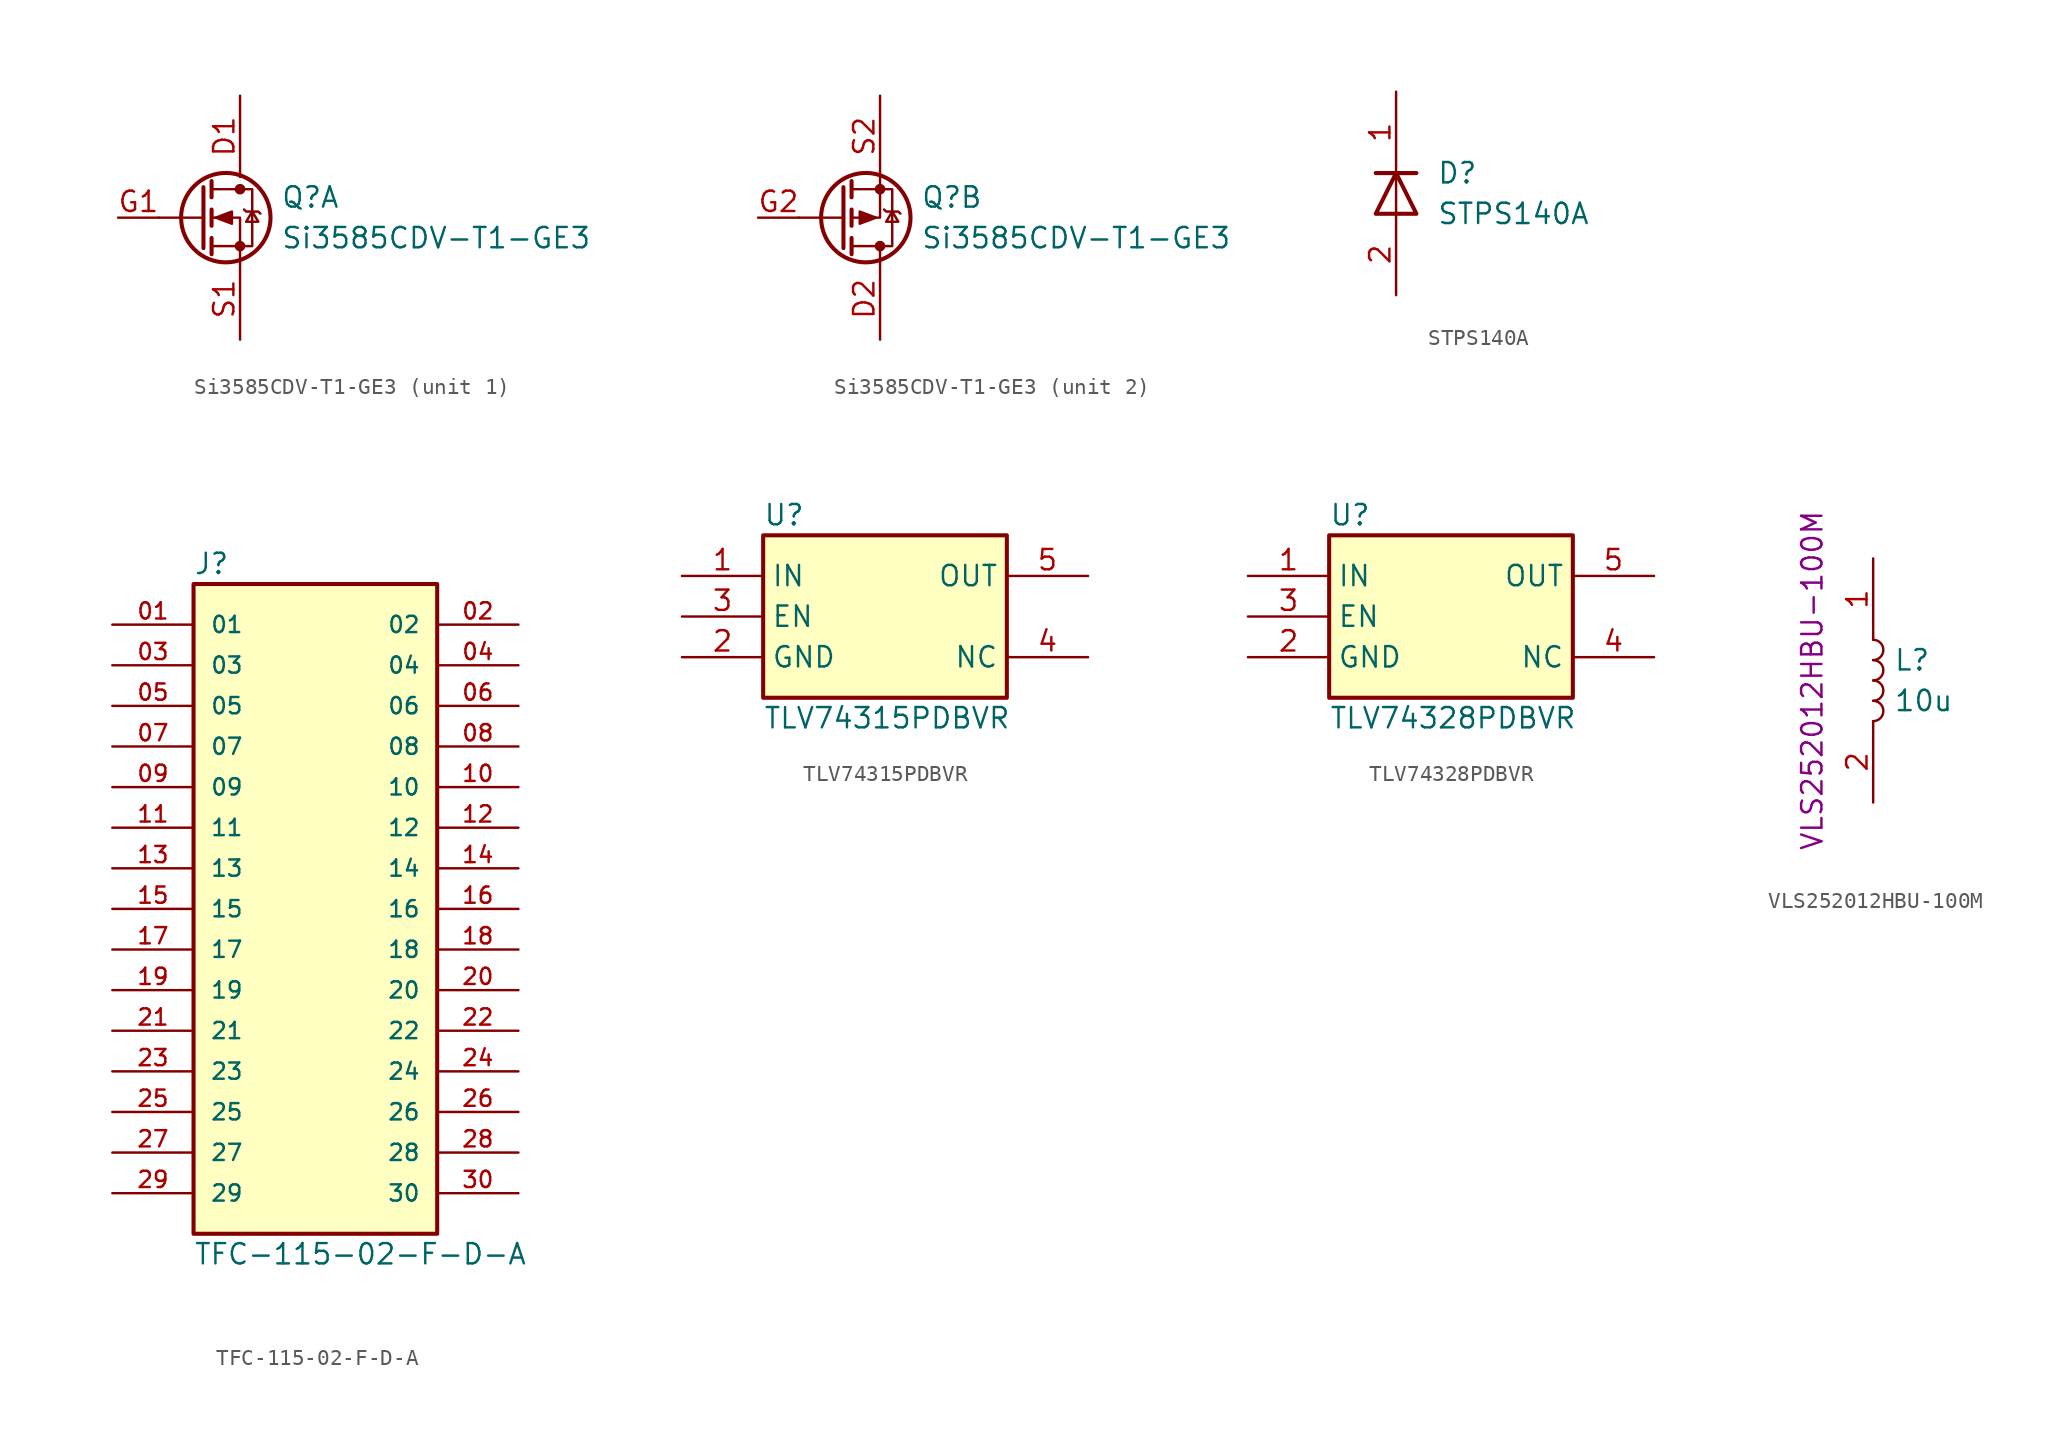
<source format=kicad_sym>
(kicad_symbol_lib
  (version 20231120)
  (generator "kicad_symbol_editor")
  (generator_version "8.0")
  (symbol "Si3585CDV-T1-GE3"
    (property "Reference" "Q"
      (at 3.81 1.27 0)
      (do_not_autoplace)
      (effects (font (size 1.27 1.27)) (justify left)))
    (property "Value" "Si3585CDV-T1-GE3"
      (at 3.81 -1.27 0)
      (do_not_autoplace)
      (effects (font (size 1.27 1.27)) (justify left)))
    (property "ki_locked" ""
      (at 0 0 0)
      (effects (font (size 1.27 1.27))))
    (symbol "Si3585CDV-T1-GE3_1_1"
      (polyline (pts (xy -3.81 0) (xy -1.016 0)) (stroke (width 0) (type default)) (fill (type none)))
      (polyline (pts (xy -1.016 1.905) (xy -1.016 -1.905)) (stroke (width 0.254) (type default)) (fill (type none)))
      (polyline (pts (xy -0.508 -1.27) (xy -0.508 -2.286)) (stroke (width 0.254) (type default)) (fill (type none)))
      (polyline (pts (xy -0.508 0.508) (xy -0.508 -0.508)) (stroke (width 0.254) (type default)) (fill (type none)))
      (polyline (pts (xy -0.508 2.286) (xy -0.508 1.27)) (stroke (width 0.254) (type default)) (fill (type none)))
      (polyline (pts (xy 1.27 -2.54) (xy 1.27 0) (xy -0.508 0)) (stroke (width 0) (type default)) (fill (type none)))
      (polyline (pts (xy -0.508 -1.778) (xy 2.032 -1.778) (xy 2.032 1.778) (xy -0.508 1.778)) (stroke (width 0) (type default)) (fill (type none)))
      (polyline (pts (xy -0.254 0) (xy 0.762 0.381) (xy 0.762 -0.381) (xy -0.254 0)) (stroke (width 0) (type default)) (fill (type outline)))
      (polyline (pts (xy 1.524 0.508) (xy 1.651 0.381) (xy 2.413 0.381) (xy 2.54 0.254)) (stroke (width 0) (type default)) (fill (type none)))
      (polyline (pts (xy 2.032 0.381) (xy 1.651 -0.254) (xy 2.413 -0.254) (xy 2.032 0.381)) (stroke (width 0) (type default)) (fill (type none)))
      (circle (center 0.381 0) (radius 2.794) (stroke (width 0.254) (type default)) (fill (type none)))
      (circle (center 1.27 -1.778) (radius 0.254) (stroke (width 0) (type default)) (fill (type outline)))
      (circle (center 1.27 1.778) (radius 0.254) (stroke (width 0) (type default)) (fill (type outline)))
      (pin unspecified line (at 1.27 7.62 270) (length 5.08) (name "~" (effects (font (size 1.27 1.27)))) (number "D1" (effects (font (size 1.27 1.27)))))
      (pin unspecified line (at -6.35 0 0) (length 2.54) (name "~" (effects (font (size 1.27 1.27)))) (number "G1" (effects (font (size 1.27 1.27)))))
      (pin unspecified line (at 1.27 -7.62 90) (length 5.08) (name "~" (effects (font (size 1.27 1.27)))) (number "S1" (effects (font (size 1.27 1.27))))))
    (symbol "Si3585CDV-T1-GE3_2_1"
      (polyline (pts (xy -1.016 -1.905) (xy -1.016 1.905)) (stroke (width 0.254) (type default)) (fill (type none)))
      (polyline (pts (xy -1.016 0) (xy -3.81 0)) (stroke (width 0) (type default)) (fill (type none)))
      (polyline (pts (xy -0.508 -2.286) (xy -0.508 -1.27)) (stroke (width 0.254) (type default)) (fill (type none)))
      (polyline (pts (xy -0.508 -0.508) (xy -0.508 0.508)) (stroke (width 0.254) (type default)) (fill (type none)))
      (polyline (pts (xy -0.508 1.27) (xy -0.508 2.286)) (stroke (width 0.254) (type default)) (fill (type none)))
      (polyline (pts (xy 1.27 -2.54) (xy 1.27 -1.778)) (stroke (width 0) (type default)) (fill (type none)))
      (polyline (pts (xy 1.27 2.54) (xy 1.27 0) (xy -0.508 0)) (stroke (width 0) (type default)) (fill (type none)))
      (polyline (pts (xy -0.508 -1.778) (xy 2.032 -1.778) (xy 2.032 1.778) (xy -0.508 1.778)) (stroke (width 0) (type default)) (fill (type none)))
      (polyline (pts (xy 1.016 0) (xy 0 -0.381) (xy 0 0.381) (xy 1.016 0)) (stroke (width 0) (type default)) (fill (type outline)))
      (polyline (pts (xy 1.524 0.508) (xy 1.651 0.381) (xy 2.413 0.381) (xy 2.54 0.254)) (stroke (width 0) (type default)) (fill (type none)))
      (polyline (pts (xy 2.032 0.381) (xy 1.651 -0.254) (xy 2.413 -0.254) (xy 2.032 0.381)) (stroke (width 0) (type default)) (fill (type none)))
      (circle (center 0.381 0) (radius 2.794) (stroke (width 0.254) (type default)) (fill (type none)))
      (circle (center 1.27 -1.778) (radius 0.254) (stroke (width 0) (type default)) (fill (type outline)))
      (circle (center 1.27 1.778) (radius 0.254) (stroke (width 0) (type default)) (fill (type outline)))
      (pin unspecified line (at 1.27 -7.62 90) (length 5.08) (name "~" (effects (font (size 1.27 1.27)))) (number "D2" (effects (font (size 1.27 1.27)))))
      (pin unspecified line (at -6.35 0 0) (length 2.54) (name "~" (effects (font (size 1.27 1.27)))) (number "G2" (effects (font (size 1.27 1.27)))))
      (pin unspecified line (at 1.27 7.62 270) (length 5.08) (name "~" (effects (font (size 1.27 1.27)))) (number "S2" (effects (font (size 1.27 1.27)))))))
  (symbol "STPS140A"
    (pin_names hide)
    (property "Reference" "D"
      (at 2.54 1.27 0)
      (do_not_autoplace)
      (effects (font (size 1.27 1.27)) (justify left)))
    (property "Value" "STPS140A"
      (at 2.54 -1.27 0)
      (do_not_autoplace)
      (effects (font (size 1.27 1.27)) (justify left)))
    (symbol "STPS140A_0_1"
      (polyline (pts (xy 0 -1.27) (xy 0 1.27)) (stroke (width 0) (type default)) (fill (type none)))
      (polyline (pts (xy 1.27 1.27) (xy -1.27 1.27)) (stroke (width 0.254) (type default)) (fill (type none)))
      (polyline (pts (xy 1.27 -1.27) (xy -1.27 -1.27) (xy 0 1.27) (xy 1.27 -1.27)) (stroke (width 0.254) (type default)) (fill (type none))))
    (symbol "STPS140A_1_1"
      (pin unspecified line (at 0 6.35 270) (length 5.08) (name "K" (effects (font (size 1.27 1.27)))) (number "1" (effects (font (size 1.27 1.27)))))
      (pin unspecified line (at 0 -6.35 90) (length 5.08) (name "A" (effects (font (size 1.27 1.27)))) (number "2" (effects (font (size 1.27 1.27)))))))
  (symbol "TFC-115-02-F-D-A"
    (pin_names
      (offset 1.016))
    (property "Reference" "J"
      (at 0 1.27 0)
      (do_not_autoplace)
      (effects (font (size 1.27 1.27)) (justify left)))
    (property "Value" "TFC-115-02-F-D-A"
      (at 0 -41.91 0)
      (do_not_autoplace)
      (effects (font (size 1.27 1.27)) (justify left)))
    (symbol "TFC-115-02-F-D-A_0_0"
      (rectangle (start 0 0) (end 15.24 -40.64) (stroke (width 0.254) (type default)) (fill (type background)))
      (pin unspecified line (at -5.08 -2.54 0) (length 5.08) (name "01" (effects (font (size 1.016 1.016)))) (number "01" (effects (font (size 1.016 1.016)))))
      (pin unspecified line (at 20.32 -2.54 180) (length 5.08) (name "02" (effects (font (size 1.016 1.016)))) (number "02" (effects (font (size 1.016 1.016)))))
      (pin unspecified line (at -5.08 -5.08 0) (length 5.08) (name "03" (effects (font (size 1.016 1.016)))) (number "03" (effects (font (size 1.016 1.016)))))
      (pin unspecified line (at 20.32 -5.08 180) (length 5.08) (name "04" (effects (font (size 1.016 1.016)))) (number "04" (effects (font (size 1.016 1.016)))))
      (pin unspecified line (at -5.08 -7.62 0) (length 5.08) (name "05" (effects (font (size 1.016 1.016)))) (number "05" (effects (font (size 1.016 1.016)))))
      (pin unspecified line (at 20.32 -7.62 180) (length 5.08) (name "06" (effects (font (size 1.016 1.016)))) (number "06" (effects (font (size 1.016 1.016)))))
      (pin unspecified line (at -5.08 -10.16 0) (length 5.08) (name "07" (effects (font (size 1.016 1.016)))) (number "07" (effects (font (size 1.016 1.016)))))
      (pin unspecified line (at 20.32 -10.16 180) (length 5.08) (name "08" (effects (font (size 1.016 1.016)))) (number "08" (effects (font (size 1.016 1.016)))))
      (pin unspecified line (at -5.08 -12.7 0) (length 5.08) (name "09" (effects (font (size 1.016 1.016)))) (number "09" (effects (font (size 1.016 1.016)))))
      (pin unspecified line (at 20.32 -12.7 180) (length 5.08) (name "10" (effects (font (size 1.016 1.016)))) (number "10" (effects (font (size 1.016 1.016)))))
      (pin unspecified line (at -5.08 -15.24 0) (length 5.08) (name "11" (effects (font (size 1.016 1.016)))) (number "11" (effects (font (size 1.016 1.016)))))
      (pin unspecified line (at 20.32 -15.24 180) (length 5.08) (name "12" (effects (font (size 1.016 1.016)))) (number "12" (effects (font (size 1.016 1.016)))))
      (pin unspecified line (at -5.08 -17.78 0) (length 5.08) (name "13" (effects (font (size 1.016 1.016)))) (number "13" (effects (font (size 1.016 1.016)))))
      (pin unspecified line (at 20.32 -17.78 180) (length 5.08) (name "14" (effects (font (size 1.016 1.016)))) (number "14" (effects (font (size 1.016 1.016)))))
      (pin unspecified line (at -5.08 -20.32 0) (length 5.08) (name "15" (effects (font (size 1.016 1.016)))) (number "15" (effects (font (size 1.016 1.016)))))
      (pin unspecified line (at 20.32 -20.32 180) (length 5.08) (name "16" (effects (font (size 1.016 1.016)))) (number "16" (effects (font (size 1.016 1.016)))))
      (pin unspecified line (at -5.08 -22.86 0) (length 5.08) (name "17" (effects (font (size 1.016 1.016)))) (number "17" (effects (font (size 1.016 1.016)))))
      (pin unspecified line (at 20.32 -22.86 180) (length 5.08) (name "18" (effects (font (size 1.016 1.016)))) (number "18" (effects (font (size 1.016 1.016)))))
      (pin unspecified line (at -5.08 -25.4 0) (length 5.08) (name "19" (effects (font (size 1.016 1.016)))) (number "19" (effects (font (size 1.016 1.016)))))
      (pin unspecified line (at 20.32 -25.4 180) (length 5.08) (name "20" (effects (font (size 1.016 1.016)))) (number "20" (effects (font (size 1.016 1.016)))))
      (pin unspecified line (at -5.08 -27.94 0) (length 5.08) (name "21" (effects (font (size 1.016 1.016)))) (number "21" (effects (font (size 1.016 1.016)))))
      (pin unspecified line (at 20.32 -27.94 180) (length 5.08) (name "22" (effects (font (size 1.016 1.016)))) (number "22" (effects (font (size 1.016 1.016)))))
      (pin unspecified line (at -5.08 -30.48 0) (length 5.08) (name "23" (effects (font (size 1.016 1.016)))) (number "23" (effects (font (size 1.016 1.016)))))
      (pin unspecified line (at 20.32 -30.48 180) (length 5.08) (name "24" (effects (font (size 1.016 1.016)))) (number "24" (effects (font (size 1.016 1.016)))))
      (pin unspecified line (at -5.08 -33.02 0) (length 5.08) (name "25" (effects (font (size 1.016 1.016)))) (number "25" (effects (font (size 1.016 1.016)))))
      (pin unspecified line (at 20.32 -33.02 180) (length 5.08) (name "26" (effects (font (size 1.016 1.016)))) (number "26" (effects (font (size 1.016 1.016)))))
      (pin unspecified line (at -5.08 -35.56 0) (length 5.08) (name "27" (effects (font (size 1.016 1.016)))) (number "27" (effects (font (size 1.016 1.016)))))
      (pin unspecified line (at 20.32 -35.56 180) (length 5.08) (name "28" (effects (font (size 1.016 1.016)))) (number "28" (effects (font (size 1.016 1.016)))))
      (pin unspecified line (at -5.08 -38.1 0) (length 5.08) (name "29" (effects (font (size 1.016 1.016)))) (number "29" (effects (font (size 1.016 1.016)))))
      (pin unspecified line (at 20.32 -38.1 180) (length 5.08) (name "30" (effects (font (size 1.016 1.016)))) (number "30" (effects (font (size 1.016 1.016)))))))
  (symbol "TLV74315PDBVR"
    (property "Reference" "U"
      (at 0 1.27 0)
      (do_not_autoplace)
      (effects (font (size 1.27 1.27)) (justify left)))
    (property "Value" "TLV74315PDBVR"
      (at 0 -11.43 0)
      (do_not_autoplace)
      (effects (font (size 1.27 1.27)) (justify left)))
    (symbol "TLV74315PDBVR_1_1"
      (rectangle (start 0 0) (end 15.24 -10.16) (stroke (width 0.254) (type default)) (fill (type background)))
      (pin unspecified line (at -5.08 -2.54 0) (length 5.08) (name "IN" (effects (font (size 1.27 1.27)))) (number "1" (effects (font (size 1.27 1.27)))))
      (pin unspecified line (at -5.08 -7.62 0) (length 5.08) (name "GND" (effects (font (size 1.27 1.27)))) (number "2" (effects (font (size 1.27 1.27)))))
      (pin unspecified line (at -5.08 -5.08 0) (length 5.08) (name "EN" (effects (font (size 1.27 1.27)))) (number "3" (effects (font (size 1.27 1.27)))))
      (pin unspecified line (at 20.32 -7.62 180) (length 5.08) (name "NC" (effects (font (size 1.27 1.27)))) (number "4" (effects (font (size 1.27 1.27)))))
      (pin unspecified line (at 20.32 -2.54 180) (length 5.08) (name "OUT" (effects (font (size 1.27 1.27)))) (number "5" (effects (font (size 1.27 1.27)))))))
  (symbol "TLV74328PDBVR"
    (property "Reference" "U"
      (at 0 1.27 0)
      (do_not_autoplace)
      (effects (font (size 1.27 1.27)) (justify left)))
    (property "Value" "TLV74328PDBVR"
      (at 0 -11.43 0)
      (do_not_autoplace)
      (effects (font (size 1.27 1.27)) (justify left)))
    (symbol "TLV74328PDBVR_1_1"
      (rectangle (start 0 0) (end 15.24 -10.16) (stroke (width 0.254) (type default)) (fill (type background)))
      (pin unspecified line (at -5.08 -2.54 0) (length 5.08) (name "IN" (effects (font (size 1.27 1.27)))) (number "1" (effects (font (size 1.27 1.27)))))
      (pin unspecified line (at -5.08 -7.62 0) (length 5.08) (name "GND" (effects (font (size 1.27 1.27)))) (number "2" (effects (font (size 1.27 1.27)))))
      (pin unspecified line (at -5.08 -5.08 0) (length 5.08) (name "EN" (effects (font (size 1.27 1.27)))) (number "3" (effects (font (size 1.27 1.27)))))
      (pin unspecified line (at 20.32 -7.62 180) (length 5.08) (name "NC" (effects (font (size 1.27 1.27)))) (number "4" (effects (font (size 1.27 1.27)))))
      (pin unspecified line (at 20.32 -2.54 180) (length 5.08) (name "OUT" (effects (font (size 1.27 1.27)))) (number "5" (effects (font (size 1.27 1.27)))))))
  (symbol "VLS252012HBU-100M"
    (pin_names hide)
    (property "Reference" "L"
      (at 1.27 1.27 0)
      (do_not_autoplace)
      (effects (font (size 1.27 1.27)) (justify left)))
    (property "Value" "10u"
      (at 1.27 -1.27 0)
      (do_not_autoplace)
      (effects (font (size 1.27 1.27)) (justify left)))
    (property "Part Number" "VLS252012HBU-100M"
      (at -3.81 0 90)
      (do_not_autoplace)
      (effects (font (size 1.27 1.27))))
    (symbol "VLS252012HBU-100M_0_1"
      (arc (start 0 -2.54) (mid 0.6323 -1.905) (end 0 -1.27) (stroke (width 0) (type default)) (fill (type none)))
      (arc (start 0 -1.27) (mid 0.6323 -0.635) (end 0 0) (stroke (width 0) (type default)) (fill (type none)))
      (arc (start 0 0) (mid 0.6323 0.635) (end 0 1.27) (stroke (width 0) (type default)) (fill (type none)))
      (arc (start 0 1.27) (mid 0.6323 1.905) (end 0 2.54) (stroke (width 0) (type default)) (fill (type none))))
    (symbol "VLS252012HBU-100M_1_1"
      (pin unspecified line (at 0 7.62 270) (length 5.08) (name "1" (effects (font (size 1.27 1.27)))) (number "1" (effects (font (size 1.27 1.27)))))
      (pin unspecified line (at 0 -7.62 90) (length 5.08) (name "2" (effects (font (size 1.27 1.27)))) (number "2" (effects (font (size 1.27 1.27))))))))
</source>
